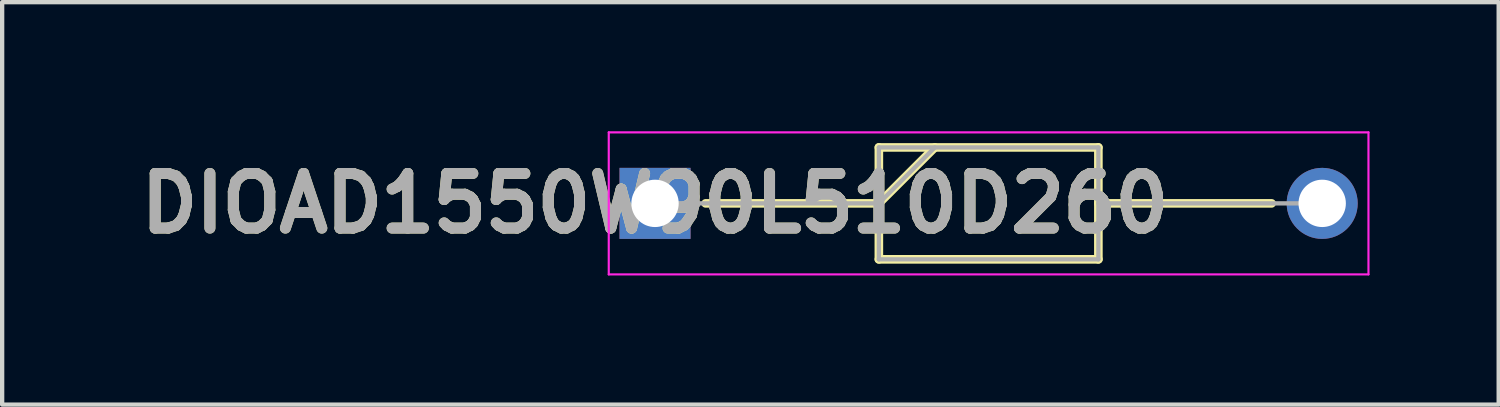
<source format=kicad_pcb>
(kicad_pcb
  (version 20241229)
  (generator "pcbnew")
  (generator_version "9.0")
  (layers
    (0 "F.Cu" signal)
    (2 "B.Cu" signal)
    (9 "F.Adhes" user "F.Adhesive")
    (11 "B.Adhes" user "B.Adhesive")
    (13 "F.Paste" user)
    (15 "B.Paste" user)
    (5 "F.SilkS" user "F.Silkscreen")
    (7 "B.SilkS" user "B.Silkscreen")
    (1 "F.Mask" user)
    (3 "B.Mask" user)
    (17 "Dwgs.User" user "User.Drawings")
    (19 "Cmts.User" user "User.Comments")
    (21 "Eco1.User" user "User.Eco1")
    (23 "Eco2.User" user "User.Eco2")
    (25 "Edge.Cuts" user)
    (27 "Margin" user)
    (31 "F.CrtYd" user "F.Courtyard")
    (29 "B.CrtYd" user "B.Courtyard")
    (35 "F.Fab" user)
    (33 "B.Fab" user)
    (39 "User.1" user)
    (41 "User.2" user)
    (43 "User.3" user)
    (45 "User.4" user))
  (footprint "DIOAD1550W90L510D260"
    (layer "F.Cu")
    (at 12.168 1.675)
    (property "Reference" "DIOAD1550W90L510D260" (at 0 0 0) (layer "F.SilkS") (effects (font (size 1.27 1.27) (thickness 0.254))))
    (attr through_hole)
    (fp_line (start 1.175 0) (end 5.2 0) (stroke (width 0.2) (type solid)) (layer "F.SilkS"))
    (fp_line (start 5.2 -1.3) (end 10.3 -1.3) (stroke (width 0.2) (type solid)) (layer "F.SilkS"))
    (fp_line (start 5.2 0) (end 6.5 -1.3) (stroke (width 0.2) (type solid)) (layer "F.SilkS"))
    (fp_line (start 5.2 1.3) (end 5.2 -1.3) (stroke (width 0.2) (type solid)) (layer "F.SilkS"))
    (fp_line (start 10.3 -1.3) (end 10.3 1.3) (stroke (width 0.2) (type solid)) (layer "F.SilkS"))
    (fp_line (start 10.3 0) (end 14.325 0) (stroke (width 0.2) (type solid)) (layer "F.SilkS"))
    (fp_line (start 10.3 1.3) (end 5.2 1.3) (stroke (width 0.2) (type solid)) (layer "F.SilkS"))
    (fp_line (start -1.075 -1.65) (end 16.575 -1.65) (stroke (width 0.05) (type solid)) (layer "F.CrtYd"))
    (fp_line (start -1.075 1.65) (end -1.075 -1.65) (stroke (width 0.05) (type solid)) (layer "F.CrtYd"))
    (fp_line (start 16.575 -1.65) (end 16.575 1.65) (stroke (width 0.05) (type solid)) (layer "F.CrtYd"))
    (fp_line (start 16.575 1.65) (end -1.075 1.65) (stroke (width 0.05) (type solid)) (layer "F.CrtYd"))
    (fp_line (start 0 0) (end 5.2 0) (stroke (width 0.1) (type solid)) (layer "F.Fab"))
    (fp_line (start 5.2 -1.3) (end 10.3 -1.3) (stroke (width 0.1) (type solid)) (layer "F.Fab"))
    (fp_line (start 5.2 0) (end 6.5 -1.3) (stroke (width 0.1) (type solid)) (layer "F.Fab"))
    (fp_line (start 5.2 1.3) (end 5.2 -1.3) (stroke (width 0.1) (type solid)) (layer "F.Fab"))
    (fp_line (start 10.3 -1.3) (end 10.3 1.3) (stroke (width 0.1) (type solid)) (layer "F.Fab"))
    (fp_line (start 10.3 0) (end 15.5 0) (stroke (width 0.1) (type solid)) (layer "F.Fab"))
    (fp_line (start 10.3 1.3) (end 5.2 1.3) (stroke (width 0.1) (type solid)) (layer "F.Fab"))
    (fp_text user "${REFERENCE}" (at 0 0 0) (layer "F.Fab") (effects (font (size 1.27 1.27) (thickness 0.254))))
    (pad "1" thru_hole rect (at 0 0) (size 1.65 1.65) (drill 1.1) (layers "*.Cu" "*.Mask"))
    (pad "2" thru_hole circle (at 15.5 0) (size 1.65 1.65) (drill 1.1) (layers "*.Cu" "*.Mask")))
  (gr_rect
    (start -3 -3)
    (end 31.768 6.35)
    (stroke (width 0.1) (type default))
    (fill no)
    (layer "Edge.Cuts")))
</source>
